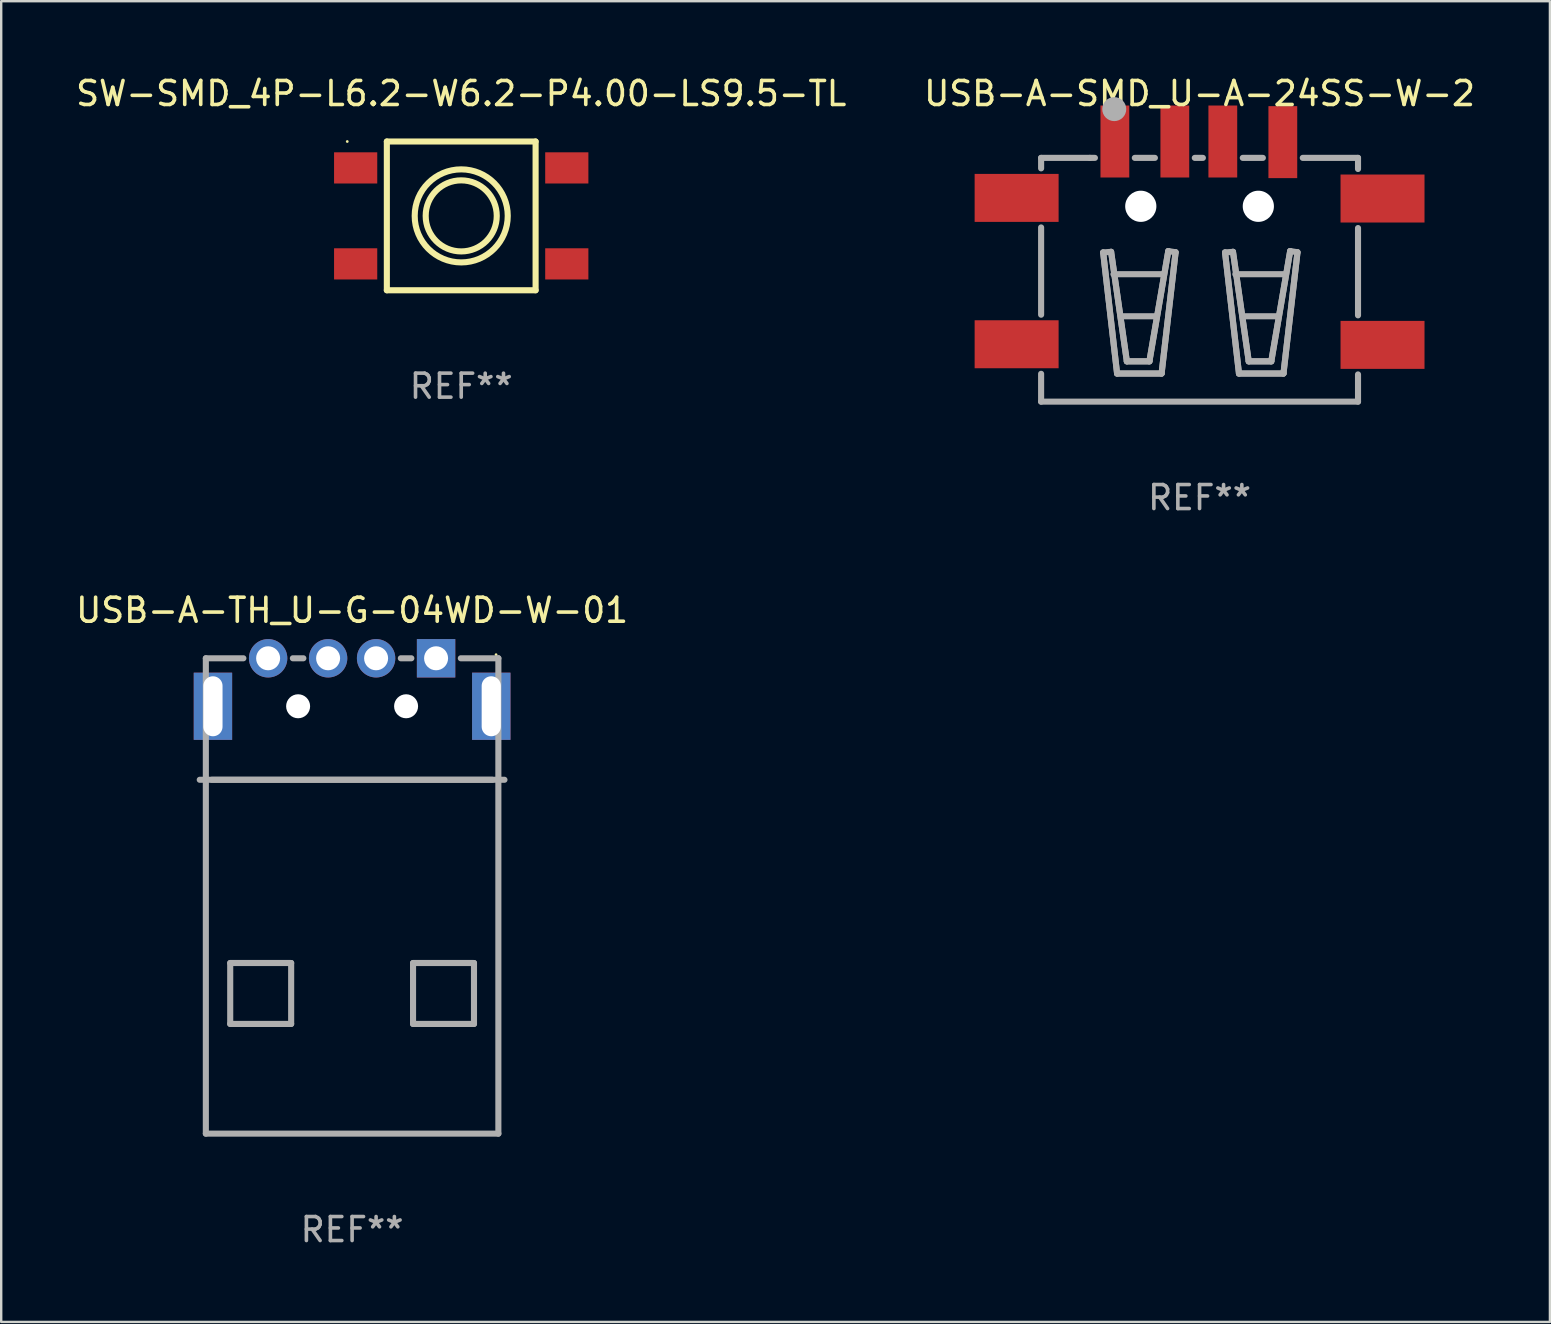
<source format=kicad_pcb>
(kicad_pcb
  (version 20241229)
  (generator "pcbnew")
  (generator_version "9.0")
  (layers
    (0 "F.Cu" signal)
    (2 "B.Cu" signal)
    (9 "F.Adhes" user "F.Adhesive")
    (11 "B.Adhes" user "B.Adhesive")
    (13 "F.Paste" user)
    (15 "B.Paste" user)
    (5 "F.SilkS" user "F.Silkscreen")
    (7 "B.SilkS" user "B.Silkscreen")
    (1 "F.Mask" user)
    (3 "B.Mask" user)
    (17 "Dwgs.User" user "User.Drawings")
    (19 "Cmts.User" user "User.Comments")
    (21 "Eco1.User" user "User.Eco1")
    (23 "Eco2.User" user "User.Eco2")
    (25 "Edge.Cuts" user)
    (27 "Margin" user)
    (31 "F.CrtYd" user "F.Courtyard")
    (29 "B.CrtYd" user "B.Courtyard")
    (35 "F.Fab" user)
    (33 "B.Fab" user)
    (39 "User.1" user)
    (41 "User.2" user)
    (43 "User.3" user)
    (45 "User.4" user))
  (footprint "SW-SMD_4P-L6.2-W6.2-P4.00-LS9.5-TL"
    (layer "F.Cu")
    (at 16.173 5.948)
    (property "Reference" "SW-SMD_4P-L6.2-W6.2-P4.00-LS9.5-TL" (at -0.000025 -5.1 0) (layer "F.SilkS") (effects (font (size 1 1) (thickness 0.15))))
    (attr smd)
    (fp_line (start -3.1 -3.1) (end -3.1 3.1) (stroke (width 0.254) (type solid)) (layer "F.SilkS"))
    (fp_line (start -3.1 -3.1) (end 3.1 -3.1) (stroke (width 0.254) (type solid)) (layer "F.SilkS"))
    (fp_line (start -3.1 3.1) (end 3.1 3.1) (stroke (width 0.254) (type solid)) (layer "F.SilkS"))
    (fp_line (start 3.1 -3.1) (end 3.1 3.1) (stroke (width 0.254) (type solid)) (layer "F.SilkS"))
    (fp_circle (center -4.75 -3.1) (end -4.72 -3.1) (stroke (width 0.06) (type solid)) (fill no) (layer "F.SilkS"))
    (fp_circle (center -0.000025 -0.000076) (end 1.481 -0.000076) (stroke (width 0.254) (type solid)) (fill no) (layer "F.SilkS"))
    (fp_circle (center -0.000025 -0.000076) (end 1.939 -0.000076) (stroke (width 0.254) (type solid)) (fill no) (layer "F.SilkS"))
    (fp_text user "REF**" (at -0.000025 7.1 0) (layer "F.Fab") (effects (font (size 1 1) (thickness 0.15))))
    (pad "1" smd rect (at -4.4 -2) (size 1.8 1.3) (layers "F.Cu" "F.Mask" "F.Paste"))
    (pad "1" smd rect (at 4.4 -2) (size 1.8 1.3) (layers "F.Cu" "F.Mask" "F.Paste"))
    (pad "2" smd rect (at -4.4 2) (size 1.8 1.3) (layers "F.Cu" "F.Mask" "F.Paste"))
    (pad "2" smd rect (at 4.4 2) (size 1.8 1.3) (layers "F.Cu" "F.Mask" "F.Paste")))
  (footprint "USB-A-TH_U-G-04WD-W-01"
    (layer "F.Cu")
    (at 11.625 25.386)
    (property "Reference" "USB-A-TH_U-G-04WD-W-01" (at 0 -3 0) (layer "F.SilkS") (effects (font (size 1 1) (thickness 0.15))))
    (attr through_hole)
    (fp_circle (center 6 -1.15) (end 6.03 -1.15) (stroke (width 0.06) (type solid)) (fill no) (layer "F.SilkS"))
    (fp_line (start -6.35 4.064) (end 6.35 4.064) (stroke (width 0.254) (type solid)) (layer "F.Fab"))
    (fp_line (start -6.096 -1) (end -6.096 18.812) (stroke (width 0.254) (type solid)) (layer "F.Fab"))
    (fp_line (start -6.096 -1) (end -4.531 -1) (stroke (width 0.254) (type solid)) (layer "F.Fab"))
    (fp_line (start -6.096 18.812) (end 6.096 18.812) (stroke (width 0.254) (type solid)) (layer "F.Fab"))
    (fp_line (start -5.842 4.064) (end 5.842 4.064) (stroke (width 0.254) (type solid)) (layer "F.Fab"))
    (fp_line (start -5.08 11.7) (end -5.08 14.24) (stroke (width 0.254) (type solid)) (layer "F.Fab"))
    (fp_line (start -5.08 14.24) (end -2.54 14.24) (stroke (width 0.254) (type solid)) (layer "F.Fab"))
    (fp_line (start -2.54 11.7) (end -5.08 11.7) (stroke (width 0.254) (type solid)) (layer "F.Fab"))
    (fp_line (start -2.54 14.24) (end -2.54 11.7) (stroke (width 0.254) (type solid)) (layer "F.Fab"))
    (fp_line (start -2.469 -1) (end -2.031 -1) (stroke (width 0.254) (type solid)) (layer "F.Fab"))
    (fp_line (start 2.031 -1) (end 2.469 -1) (stroke (width 0.254) (type solid)) (layer "F.Fab"))
    (fp_line (start 2.54 11.7) (end 2.54 14.24) (stroke (width 0.254) (type solid)) (layer "F.Fab"))
    (fp_line (start 2.54 14.24) (end 5.08 14.24) (stroke (width 0.254) (type solid)) (layer "F.Fab"))
    (fp_line (start 4.531 -1) (end 6.096 -1) (stroke (width 0.254) (type solid)) (layer "F.Fab"))
    (fp_line (start 5.08 11.7) (end 2.54 11.7) (stroke (width 0.254) (type solid)) (layer "F.Fab"))
    (fp_line (start 5.08 14.24) (end 5.08 11.7) (stroke (width 0.254) (type solid)) (layer "F.Fab"))
    (fp_line (start 6.096 18.812) (end 6.096 -1) (stroke (width 0.254) (type solid)) (layer "F.Fab"))
    (fp_circle (center -2.25 1) (end -2.05 1) (stroke (width 0.4) (type solid)) (fill no) (layer "F.Fab"))
    (fp_circle (center 2.25 1) (end 2.45 1) (stroke (width 0.4) (type solid)) (fill no) (layer "F.Fab"))
    (fp_text user "REF**" (at 0 22.812 0) (layer "F.Fab") (effects (font (size 1 1) (thickness 0.15))))
    (pad "" np_thru_hole circle (at -2.25 1) (size 1 1) (drill 1) (layers "*.Cu" "*.Mask"))
    (pad "" np_thru_hole circle (at 2.25 1) (size 1 1) (drill 1) (layers "*.Cu" "*.Mask"))
    (pad "1" thru_hole rect (at 3.5 -1) (size 1.6 1.6) (drill 1) (layers "*.Cu" "*.Mask"))
    (pad "2" thru_hole circle (at 1 -1) (size 1.6 1.6) (drill 1) (layers "*.Cu" "*.Mask"))
    (pad "3" thru_hole circle (at -1 -1) (size 1.6 1.6) (drill 1) (layers "*.Cu" "*.Mask"))
    (pad "4" thru_hole circle (at -3.5 -1) (size 1.6 1.6) (drill 1) (layers "*.Cu" "*.Mask"))
    (pad "5" thru_hole rect (at 5.8 1) (size 1.6 2.8) (drill oval 0.8 2.5) (layers "*.Cu" "*.Mask"))
    (pad "6" thru_hole rect (at -5.8 1) (size 1.6 2.8) (drill oval 0.8 2.5) (layers "*.Cu" "*.Mask")))
  (footprint "USB-A-SMD_U-A-24SS-W-2"
    (layer "F.Cu")
    (at 46.946 7.086)
    (property "Reference" "USB-A-SMD_U-A-24SS-W-2" (at 0 -6.238 0) (layer "F.SilkS") (effects (font (size 1 1) (thickness 0.15))))
    (attr smd)
    (fp_line (start -6.604 -3.556) (end -6.604 -3.119) (stroke (width 0.254) (type solid)) (layer "F.Fab"))
    (fp_line (start -6.604 -0.657) (end -6.604 2.981) (stroke (width 0.254) (type solid)) (layer "F.Fab"))
    (fp_line (start -6.604 5.443) (end -6.604 6.604) (stroke (width 0.254) (type solid)) (layer "F.Fab"))
    (fp_line (start -6.604 6.604) (end 6.604 6.604) (stroke (width 0.254) (type solid)) (layer "F.Fab"))
    (fp_line (start -4.572 -3.556) (end -6.604 -3.556) (stroke (width 0.254) (type solid)) (layer "F.Fab"))
    (fp_line (start -4.362 -3.556) (end -4.572 -3.556) (stroke (width 0.254) (type solid)) (layer "F.Fab"))
    (fp_line (start -4.018 0.385) (end -3.687 0.36) (stroke (width 0.254) (type solid)) (layer "F.Fab"))
    (fp_line (start -3.687 0.36) (end -3.031 4.924) (stroke (width 0.254) (type solid)) (layer "F.Fab"))
    (fp_line (start -3.687 0.36) (end -3.031 4.924) (stroke (width 0.254) (type solid)) (layer "F.Fab"))
    (fp_line (start -3.59 1.292) (end -1.507 1.292) (stroke (width 0.254) (type solid)) (layer "F.Fab"))
    (fp_line (start -3.438 5.432) (end -4.018 0.385) (stroke (width 0.254) (type solid)) (layer "F.Fab"))
    (fp_line (start -3.438 5.432) (end -4.018 0.385) (stroke (width 0.254) (type solid)) (layer "F.Fab"))
    (fp_line (start -3.26 3.045) (end -1.812 3.045) (stroke (width 0.254) (type solid)) (layer "F.Fab"))
    (fp_line (start -3.031 4.924) (end -2.091 4.924) (stroke (width 0.254) (type solid)) (layer "F.Fab"))
    (fp_line (start -3.031 4.924) (end -2.091 4.924) (stroke (width 0.254) (type solid)) (layer "F.Fab"))
    (fp_line (start -2.091 4.924) (end -1.304 0.327) (stroke (width 0.254) (type solid)) (layer "F.Fab"))
    (fp_line (start -2.091 4.924) (end -1.304 0.327) (stroke (width 0.254) (type solid)) (layer "F.Fab"))
    (fp_line (start -1.862 -3.556) (end -2.699 -3.556) (stroke (width 0.254) (type solid)) (layer "F.Fab"))
    (fp_line (start -1.583 5.432) (end -3.438 5.432) (stroke (width 0.254) (type solid)) (layer "F.Fab"))
    (fp_line (start -1.583 5.432) (end -3.438 5.432) (stroke (width 0.254) (type solid)) (layer "F.Fab"))
    (fp_line (start -1.304 0.327) (end -0.999 0.378) (stroke (width 0.254) (type solid)) (layer "F.Fab"))
    (fp_line (start -0.999 0.378) (end -1.583 5.432) (stroke (width 0.254) (type solid)) (layer "F.Fab"))
    (fp_line (start -0.999 0.378) (end -1.583 5.432) (stroke (width 0.254) (type solid)) (layer "F.Fab"))
    (fp_line (start 0.138 -3.556) (end -0.199 -3.556) (stroke (width 0.254) (type solid)) (layer "F.Fab"))
    (fp_line (start 1.062 0.385) (end 1.393 0.36) (stroke (width 0.254) (type solid)) (layer "F.Fab"))
    (fp_line (start 1.393 0.36) (end 2.049 4.924) (stroke (width 0.254) (type solid)) (layer "F.Fab"))
    (fp_line (start 1.393 0.36) (end 2.049 4.924) (stroke (width 0.254) (type solid)) (layer "F.Fab"))
    (fp_line (start 1.49 1.292) (end 3.573 1.292) (stroke (width 0.254) (type solid)) (layer "F.Fab"))
    (fp_line (start 1.642 5.432) (end 1.062 0.385) (stroke (width 0.254) (type solid)) (layer "F.Fab"))
    (fp_line (start 1.642 5.432) (end 1.062 0.385) (stroke (width 0.254) (type solid)) (layer "F.Fab"))
    (fp_line (start 1.82 3.045) (end 3.268 3.045) (stroke (width 0.254) (type solid)) (layer "F.Fab"))
    (fp_line (start 2.049 4.924) (end 2.989 4.924) (stroke (width 0.254) (type solid)) (layer "F.Fab"))
    (fp_line (start 2.049 4.924) (end 2.989 4.924) (stroke (width 0.254) (type solid)) (layer "F.Fab"))
    (fp_line (start 2.638 -3.556) (end 1.801 -3.556) (stroke (width 0.254) (type solid)) (layer "F.Fab"))
    (fp_line (start 2.989 4.924) (end 3.776 0.327) (stroke (width 0.254) (type solid)) (layer "F.Fab"))
    (fp_line (start 2.989 4.924) (end 3.776 0.327) (stroke (width 0.254) (type solid)) (layer "F.Fab"))
    (fp_line (start 3.497 5.432) (end 1.642 5.432) (stroke (width 0.254) (type solid)) (layer "F.Fab"))
    (fp_line (start 3.497 5.432) (end 1.642 5.432) (stroke (width 0.254) (type solid)) (layer "F.Fab"))
    (fp_line (start 3.776 0.327) (end 4.081 0.378) (stroke (width 0.254) (type solid)) (layer "F.Fab"))
    (fp_line (start 4.081 0.378) (end 3.497 5.432) (stroke (width 0.254) (type solid)) (layer "F.Fab"))
    (fp_line (start 4.081 0.378) (end 3.497 5.432) (stroke (width 0.254) (type solid)) (layer "F.Fab"))
    (fp_line (start 6.604 -3.556) (end 4.301 -3.556) (stroke (width 0.254) (type solid)) (layer "F.Fab"))
    (fp_line (start 6.604 -3.093) (end 6.604 -3.556) (stroke (width 0.254) (type solid)) (layer "F.Fab"))
    (fp_line (start 6.604 3.007) (end 6.604 -0.631) (stroke (width 0.254) (type solid)) (layer "F.Fab"))
    (fp_line (start 6.604 6.604) (end 6.604 5.469) (stroke (width 0.254) (type solid)) (layer "F.Fab"))
    (fp_circle (center -3.556 -5.588) (end -3.306 -5.588) (stroke (width 0.5) (type solid)) (fill no) (layer "F.Fab"))
    (fp_text user "REF**" (at 0 10.604 0) (layer "F.Fab") (effects (font (size 1 1) (thickness 0.15))))
    (pad "" np_thru_hole circle (at -2.45 -1.538) (size 1.3 1.3) (drill 1.3) (layers "*.Cu" "*.Mask"))
    (pad "" np_thru_hole circle (at 2.449 -1.538) (size 1.3 1.3) (drill 1.3) (layers "*.Cu" "*.Mask"))
    (pad "1" smd rect (at -3.53 -4.238 180) (size 1.2 3) (layers "F.Cu" "F.Mask" "F.Paste"))
    (pad "2" smd rect (at -1.031 -4.238 180) (size 1.2 3) (layers "F.Cu" "F.Mask" "F.Paste"))
    (pad "3" smd rect (at 0.969 -4.238 180) (size 1.2 3) (layers "F.Cu" "F.Mask" "F.Paste"))
    (pad "4" smd rect (at 3.47 -4.212 180) (size 1.2 3) (layers "F.Cu" "F.Mask" "F.Paste"))
    (pad "5" smd rect (at 7.625 -1.862 180) (size 3.5 2) (layers "F.Cu" "F.Mask" "F.Paste"))
    (pad "5" smd rect (at 7.625 4.238 180) (size 3.5 2) (layers "F.Cu" "F.Mask" "F.Paste"))
    (pad "6" smd rect (at -7.625 -1.888 180) (size 3.5 2) (layers "F.Cu" "F.Mask" "F.Paste"))
    (pad "6" smd rect (at -7.625 4.212 180) (size 3.5 2) (layers "F.Cu" "F.Mask" "F.Paste")))
  (gr_rect
    (start -3 -3)
    (end 61.548 52.047)
    (stroke (width 0.1) (type default))
    (fill no)
    (layer "Edge.Cuts")))
</source>
